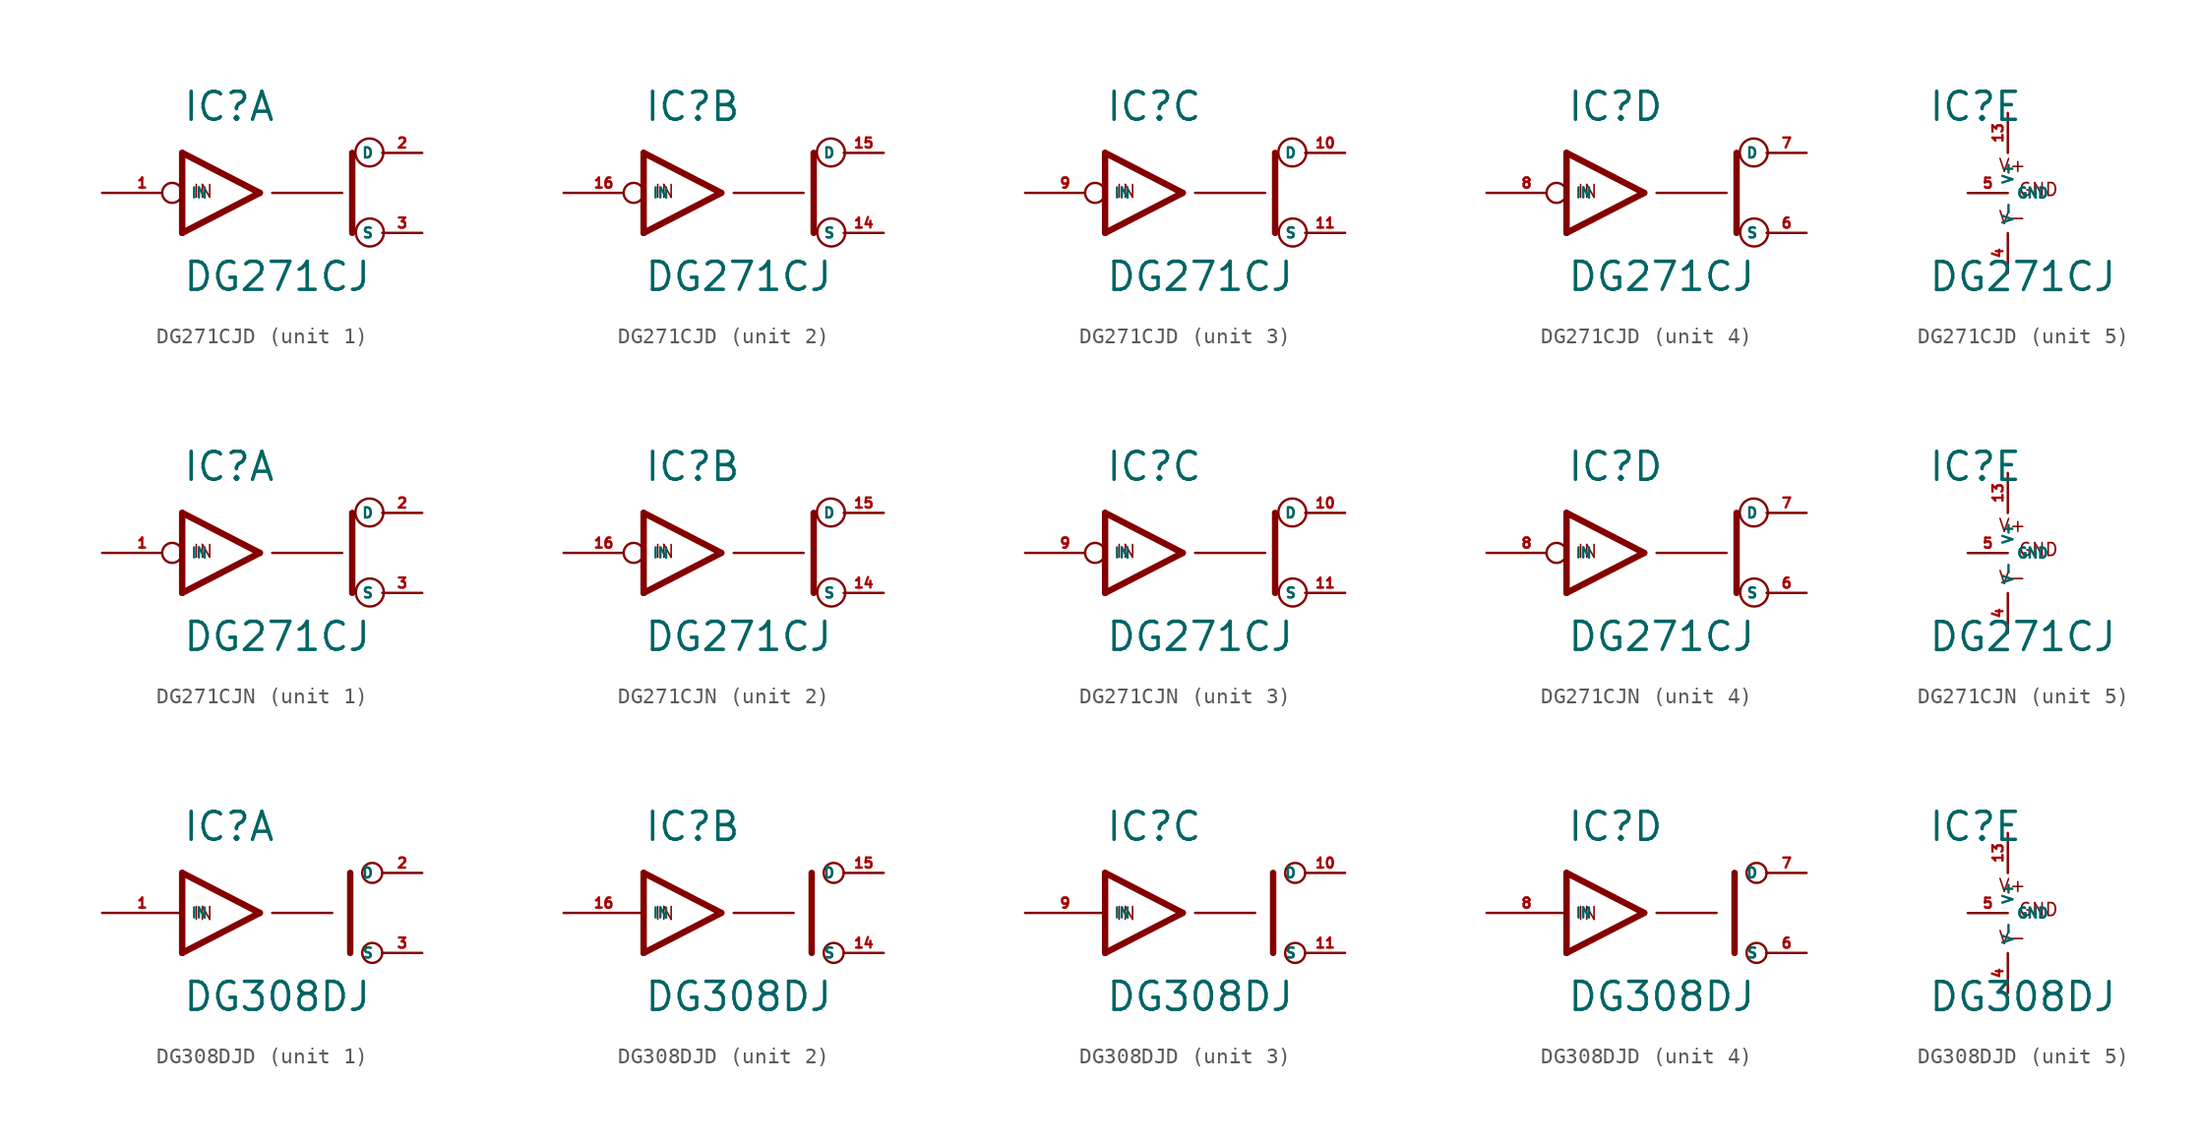
<source format=kicad_sym>
(kicad_symbol_lib
  (version 20220914)
  (generator Eagle2Kicad)
  (symbol "DG271CJD"
    (property "Reference" "IC"
      (at -5.08 4.445 0)
      (effects (font (size 1.778 1.778) (thickness 0.22)) (justify left bottom)))
    (property "Value" "DG271CJ"
      (at -5.08 -6.35 0)
      (effects (font (size 1.778 1.778) (thickness 0.22)) (justify left bottom)))
    (symbol "DG271CJD_1_0"
      (polyline (pts (xy -0.152 0) (xy -5.08 2.54)) (stroke (width 0.406) (type default)) (fill (type none)))
      (polyline (pts (xy -5.08 -2.54) (xy -0.152 0)) (stroke (width 0.406) (type default)) (fill (type none)))
      (polyline (pts (xy -5.08 2.54) (xy -5.08 -2.54)) (stroke (width 0.406) (type default)) (fill (type none)))
      (polyline (pts (xy 5.715 -2.54) (xy 5.715 2.54)) (stroke (width 0.406) (type default)) (fill (type none)))
      (polyline (pts (xy 0.635 0) (xy 5.08 0)) (stroke (width 0.152) (type default)) (fill (type none)))
      (text "IN" (at -4.445 -0.381 0) (effects (font (size 0.813 0.813) (thickness 0.10)) (justify left bottom)))
      (circle (center 6.833 -2.515) (radius 0.889) (stroke (width 0.152) (type default)) (fill (type none)))
      (circle (center 6.807 2.565) (radius 0.889) (stroke (width 0.152) (type default)) (fill (type none)))
      (pin bidirectional line (at 10.16 2.54 180) (length 2.54) (name "D" (effects (font (size 0.635 0.635) (thickness 0.08)) (justify left bottom))) (number "2" (effects (font (size 0.635 0.635) (thickness 0.08)) (justify left bottom))))
      (pin input inverted (at -10.16 0 0) (length 5.08) (name "IN" (effects (font (size 0.635 0.635) (thickness 0.08)) (justify left bottom))) (number "1" (effects (font (size 0.635 0.635) (thickness 0.08)) (justify left bottom))))
      (pin bidirectional line (at 10.16 -2.54 180) (length 2.54) (name "S" (effects (font (size 0.635 0.635) (thickness 0.08)) (justify left bottom))) (number "3" (effects (font (size 0.635 0.635) (thickness 0.08)) (justify left bottom)))))
    (symbol "DG271CJD_2_0"
      (polyline (pts (xy -0.152 0) (xy -5.08 2.54)) (stroke (width 0.406) (type default)) (fill (type none)))
      (polyline (pts (xy -5.08 -2.54) (xy -0.152 0)) (stroke (width 0.406) (type default)) (fill (type none)))
      (polyline (pts (xy -5.08 2.54) (xy -5.08 -2.54)) (stroke (width 0.406) (type default)) (fill (type none)))
      (polyline (pts (xy 5.715 -2.54) (xy 5.715 2.54)) (stroke (width 0.406) (type default)) (fill (type none)))
      (polyline (pts (xy 0.635 0) (xy 5.08 0)) (stroke (width 0.152) (type default)) (fill (type none)))
      (text "IN" (at -4.445 -0.381 0) (effects (font (size 0.813 0.813) (thickness 0.10)) (justify left bottom)))
      (circle (center 6.833 -2.515) (radius 0.889) (stroke (width 0.152) (type default)) (fill (type none)))
      (circle (center 6.807 2.565) (radius 0.889) (stroke (width 0.152) (type default)) (fill (type none)))
      (pin bidirectional line (at 10.16 2.54 180) (length 2.54) (name "D" (effects (font (size 0.635 0.635) (thickness 0.08)) (justify left bottom))) (number "15" (effects (font (size 0.635 0.635) (thickness 0.08)) (justify left bottom))))
      (pin input inverted (at -10.16 0 0) (length 5.08) (name "IN" (effects (font (size 0.635 0.635) (thickness 0.08)) (justify left bottom))) (number "16" (effects (font (size 0.635 0.635) (thickness 0.08)) (justify left bottom))))
      (pin bidirectional line (at 10.16 -2.54 180) (length 2.54) (name "S" (effects (font (size 0.635 0.635) (thickness 0.08)) (justify left bottom))) (number "14" (effects (font (size 0.635 0.635) (thickness 0.08)) (justify left bottom)))))
    (symbol "DG271CJD_3_0"
      (polyline (pts (xy -0.152 0) (xy -5.08 2.54)) (stroke (width 0.406) (type default)) (fill (type none)))
      (polyline (pts (xy -5.08 -2.54) (xy -0.152 0)) (stroke (width 0.406) (type default)) (fill (type none)))
      (polyline (pts (xy -5.08 2.54) (xy -5.08 -2.54)) (stroke (width 0.406) (type default)) (fill (type none)))
      (polyline (pts (xy 5.715 -2.54) (xy 5.715 2.54)) (stroke (width 0.406) (type default)) (fill (type none)))
      (polyline (pts (xy 0.635 0) (xy 5.08 0)) (stroke (width 0.152) (type default)) (fill (type none)))
      (text "IN" (at -4.445 -0.381 0) (effects (font (size 0.813 0.813) (thickness 0.10)) (justify left bottom)))
      (circle (center 6.833 -2.515) (radius 0.889) (stroke (width 0.152) (type default)) (fill (type none)))
      (circle (center 6.807 2.565) (radius 0.889) (stroke (width 0.152) (type default)) (fill (type none)))
      (pin bidirectional line (at 10.16 2.54 180) (length 2.54) (name "D" (effects (font (size 0.635 0.635) (thickness 0.08)) (justify left bottom))) (number "10" (effects (font (size 0.635 0.635) (thickness 0.08)) (justify left bottom))))
      (pin input inverted (at -10.16 0 0) (length 5.08) (name "IN" (effects (font (size 0.635 0.635) (thickness 0.08)) (justify left bottom))) (number "9" (effects (font (size 0.635 0.635) (thickness 0.08)) (justify left bottom))))
      (pin bidirectional line (at 10.16 -2.54 180) (length 2.54) (name "S" (effects (font (size 0.635 0.635) (thickness 0.08)) (justify left bottom))) (number "11" (effects (font (size 0.635 0.635) (thickness 0.08)) (justify left bottom)))))
    (symbol "DG271CJD_4_0"
      (polyline (pts (xy -0.152 0) (xy -5.08 2.54)) (stroke (width 0.406) (type default)) (fill (type none)))
      (polyline (pts (xy -5.08 -2.54) (xy -0.152 0)) (stroke (width 0.406) (type default)) (fill (type none)))
      (polyline (pts (xy -5.08 2.54) (xy -5.08 -2.54)) (stroke (width 0.406) (type default)) (fill (type none)))
      (polyline (pts (xy 5.715 -2.54) (xy 5.715 2.54)) (stroke (width 0.406) (type default)) (fill (type none)))
      (polyline (pts (xy 0.635 0) (xy 5.08 0)) (stroke (width 0.152) (type default)) (fill (type none)))
      (text "IN" (at -4.445 -0.381 0) (effects (font (size 0.813 0.813) (thickness 0.10)) (justify left bottom)))
      (circle (center 6.833 -2.515) (radius 0.889) (stroke (width 0.152) (type default)) (fill (type none)))
      (circle (center 6.807 2.565) (radius 0.889) (stroke (width 0.152) (type default)) (fill (type none)))
      (pin bidirectional line (at 10.16 2.54 180) (length 2.54) (name "D" (effects (font (size 0.635 0.635) (thickness 0.08)) (justify left bottom))) (number "7" (effects (font (size 0.635 0.635) (thickness 0.08)) (justify left bottom))))
      (pin input inverted (at -10.16 0 0) (length 5.08) (name "IN" (effects (font (size 0.635 0.635) (thickness 0.08)) (justify left bottom))) (number "8" (effects (font (size 0.635 0.635) (thickness 0.08)) (justify left bottom))))
      (pin bidirectional line (at 10.16 -2.54 180) (length 2.54) (name "S" (effects (font (size 0.635 0.635) (thickness 0.08)) (justify left bottom))) (number "6" (effects (font (size 0.635 0.635) (thickness 0.08)) (justify left bottom)))))
    (symbol "DG271CJD_5_0"
      (text "V+" (at -0.635 1.27 0) (effects (font (size 0.813 0.813) (thickness 0.10)) (justify left bottom)))
      (text "V-" (at -0.635 -2.032 0) (effects (font (size 0.813 0.813) (thickness 0.10)) (justify left bottom)))
      (text "GND" (at 0.635 -0.254 0) (effects (font (size 0.813 0.813) (thickness 0.10)) (justify left bottom)))
      (pin unspecified line (at 0 5.08 270) (length 2.54) (name "V+" (effects (font (size 0.635 0.635) (thickness 0.08)) (justify left bottom))) (number "13" (effects (font (size 0.635 0.635) (thickness 0.08)) (justify left bottom))))
      (pin unspecified line (at 0 -5.08 90) (length 2.54) (name "V-" (effects (font (size 0.635 0.635) (thickness 0.08)) (justify left bottom))) (number "4" (effects (font (size 0.635 0.635) (thickness 0.08)) (justify left bottom))))
      (pin unspecified line (at -2.54 0 0) (length 2.54) (name "GND" (effects (font (size 0.635 0.635) (thickness 0.08)) (justify left bottom))) (number "5" (effects (font (size 0.635 0.635) (thickness 0.08)) (justify left bottom))))))
  (symbol "DG271CJN"
    (property "Reference" "IC"
      (at -5.08 4.445 0)
      (effects (font (size 1.778 1.778) (thickness 0.22)) (justify left bottom)))
    (property "Value" "DG271CJ"
      (at -5.08 -6.35 0)
      (effects (font (size 1.778 1.778) (thickness 0.22)) (justify left bottom)))
    (symbol "DG271CJN_1_0"
      (polyline (pts (xy -0.152 0) (xy -5.08 2.54)) (stroke (width 0.406) (type default)) (fill (type none)))
      (polyline (pts (xy -5.08 -2.54) (xy -0.152 0)) (stroke (width 0.406) (type default)) (fill (type none)))
      (polyline (pts (xy -5.08 2.54) (xy -5.08 -2.54)) (stroke (width 0.406) (type default)) (fill (type none)))
      (polyline (pts (xy 5.715 -2.54) (xy 5.715 2.54)) (stroke (width 0.406) (type default)) (fill (type none)))
      (polyline (pts (xy 0.635 0) (xy 5.08 0)) (stroke (width 0.152) (type default)) (fill (type none)))
      (text "IN" (at -4.445 -0.381 0) (effects (font (size 0.813 0.813) (thickness 0.10)) (justify left bottom)))
      (circle (center 6.833 -2.515) (radius 0.889) (stroke (width 0.152) (type default)) (fill (type none)))
      (circle (center 6.807 2.565) (radius 0.889) (stroke (width 0.152) (type default)) (fill (type none)))
      (pin bidirectional line (at 10.16 2.54 180) (length 2.54) (name "D" (effects (font (size 0.635 0.635) (thickness 0.08)) (justify left bottom))) (number "2" (effects (font (size 0.635 0.635) (thickness 0.08)) (justify left bottom))))
      (pin input inverted (at -10.16 0 0) (length 5.08) (name "IN" (effects (font (size 0.635 0.635) (thickness 0.08)) (justify left bottom))) (number "1" (effects (font (size 0.635 0.635) (thickness 0.08)) (justify left bottom))))
      (pin bidirectional line (at 10.16 -2.54 180) (length 2.54) (name "S" (effects (font (size 0.635 0.635) (thickness 0.08)) (justify left bottom))) (number "3" (effects (font (size 0.635 0.635) (thickness 0.08)) (justify left bottom)))))
    (symbol "DG271CJN_2_0"
      (polyline (pts (xy -0.152 0) (xy -5.08 2.54)) (stroke (width 0.406) (type default)) (fill (type none)))
      (polyline (pts (xy -5.08 -2.54) (xy -0.152 0)) (stroke (width 0.406) (type default)) (fill (type none)))
      (polyline (pts (xy -5.08 2.54) (xy -5.08 -2.54)) (stroke (width 0.406) (type default)) (fill (type none)))
      (polyline (pts (xy 5.715 -2.54) (xy 5.715 2.54)) (stroke (width 0.406) (type default)) (fill (type none)))
      (polyline (pts (xy 0.635 0) (xy 5.08 0)) (stroke (width 0.152) (type default)) (fill (type none)))
      (text "IN" (at -4.445 -0.381 0) (effects (font (size 0.813 0.813) (thickness 0.10)) (justify left bottom)))
      (circle (center 6.833 -2.515) (radius 0.889) (stroke (width 0.152) (type default)) (fill (type none)))
      (circle (center 6.807 2.565) (radius 0.889) (stroke (width 0.152) (type default)) (fill (type none)))
      (pin bidirectional line (at 10.16 2.54 180) (length 2.54) (name "D" (effects (font (size 0.635 0.635) (thickness 0.08)) (justify left bottom))) (number "15" (effects (font (size 0.635 0.635) (thickness 0.08)) (justify left bottom))))
      (pin input inverted (at -10.16 0 0) (length 5.08) (name "IN" (effects (font (size 0.635 0.635) (thickness 0.08)) (justify left bottom))) (number "16" (effects (font (size 0.635 0.635) (thickness 0.08)) (justify left bottom))))
      (pin bidirectional line (at 10.16 -2.54 180) (length 2.54) (name "S" (effects (font (size 0.635 0.635) (thickness 0.08)) (justify left bottom))) (number "14" (effects (font (size 0.635 0.635) (thickness 0.08)) (justify left bottom)))))
    (symbol "DG271CJN_3_0"
      (polyline (pts (xy -0.152 0) (xy -5.08 2.54)) (stroke (width 0.406) (type default)) (fill (type none)))
      (polyline (pts (xy -5.08 -2.54) (xy -0.152 0)) (stroke (width 0.406) (type default)) (fill (type none)))
      (polyline (pts (xy -5.08 2.54) (xy -5.08 -2.54)) (stroke (width 0.406) (type default)) (fill (type none)))
      (polyline (pts (xy 5.715 -2.54) (xy 5.715 2.54)) (stroke (width 0.406) (type default)) (fill (type none)))
      (polyline (pts (xy 0.635 0) (xy 5.08 0)) (stroke (width 0.152) (type default)) (fill (type none)))
      (text "IN" (at -4.445 -0.381 0) (effects (font (size 0.813 0.813) (thickness 0.10)) (justify left bottom)))
      (circle (center 6.833 -2.515) (radius 0.889) (stroke (width 0.152) (type default)) (fill (type none)))
      (circle (center 6.807 2.565) (radius 0.889) (stroke (width 0.152) (type default)) (fill (type none)))
      (pin bidirectional line (at 10.16 2.54 180) (length 2.54) (name "D" (effects (font (size 0.635 0.635) (thickness 0.08)) (justify left bottom))) (number "10" (effects (font (size 0.635 0.635) (thickness 0.08)) (justify left bottom))))
      (pin input inverted (at -10.16 0 0) (length 5.08) (name "IN" (effects (font (size 0.635 0.635) (thickness 0.08)) (justify left bottom))) (number "9" (effects (font (size 0.635 0.635) (thickness 0.08)) (justify left bottom))))
      (pin bidirectional line (at 10.16 -2.54 180) (length 2.54) (name "S" (effects (font (size 0.635 0.635) (thickness 0.08)) (justify left bottom))) (number "11" (effects (font (size 0.635 0.635) (thickness 0.08)) (justify left bottom)))))
    (symbol "DG271CJN_4_0"
      (polyline (pts (xy -0.152 0) (xy -5.08 2.54)) (stroke (width 0.406) (type default)) (fill (type none)))
      (polyline (pts (xy -5.08 -2.54) (xy -0.152 0)) (stroke (width 0.406) (type default)) (fill (type none)))
      (polyline (pts (xy -5.08 2.54) (xy -5.08 -2.54)) (stroke (width 0.406) (type default)) (fill (type none)))
      (polyline (pts (xy 5.715 -2.54) (xy 5.715 2.54)) (stroke (width 0.406) (type default)) (fill (type none)))
      (polyline (pts (xy 0.635 0) (xy 5.08 0)) (stroke (width 0.152) (type default)) (fill (type none)))
      (text "IN" (at -4.445 -0.381 0) (effects (font (size 0.813 0.813) (thickness 0.10)) (justify left bottom)))
      (circle (center 6.833 -2.515) (radius 0.889) (stroke (width 0.152) (type default)) (fill (type none)))
      (circle (center 6.807 2.565) (radius 0.889) (stroke (width 0.152) (type default)) (fill (type none)))
      (pin bidirectional line (at 10.16 2.54 180) (length 2.54) (name "D" (effects (font (size 0.635 0.635) (thickness 0.08)) (justify left bottom))) (number "7" (effects (font (size 0.635 0.635) (thickness 0.08)) (justify left bottom))))
      (pin input inverted (at -10.16 0 0) (length 5.08) (name "IN" (effects (font (size 0.635 0.635) (thickness 0.08)) (justify left bottom))) (number "8" (effects (font (size 0.635 0.635) (thickness 0.08)) (justify left bottom))))
      (pin bidirectional line (at 10.16 -2.54 180) (length 2.54) (name "S" (effects (font (size 0.635 0.635) (thickness 0.08)) (justify left bottom))) (number "6" (effects (font (size 0.635 0.635) (thickness 0.08)) (justify left bottom)))))
    (symbol "DG271CJN_5_0"
      (text "V+" (at -0.635 1.27 0) (effects (font (size 0.813 0.813) (thickness 0.10)) (justify left bottom)))
      (text "V-" (at -0.635 -2.032 0) (effects (font (size 0.813 0.813) (thickness 0.10)) (justify left bottom)))
      (text "GND" (at 0.635 -0.254 0) (effects (font (size 0.813 0.813) (thickness 0.10)) (justify left bottom)))
      (pin unspecified line (at 0 5.08 270) (length 2.54) (name "V+" (effects (font (size 0.635 0.635) (thickness 0.08)) (justify left bottom))) (number "13" (effects (font (size 0.635 0.635) (thickness 0.08)) (justify left bottom))))
      (pin unspecified line (at 0 -5.08 90) (length 2.54) (name "V-" (effects (font (size 0.635 0.635) (thickness 0.08)) (justify left bottom))) (number "4" (effects (font (size 0.635 0.635) (thickness 0.08)) (justify left bottom))))
      (pin unspecified line (at -2.54 0 0) (length 2.54) (name "GND" (effects (font (size 0.635 0.635) (thickness 0.08)) (justify left bottom))) (number "5" (effects (font (size 0.635 0.635) (thickness 0.08)) (justify left bottom))))))
  (symbol "DG308DJD"
    (property "Reference" "IC"
      (at -5.08 4.445 0)
      (effects (font (size 1.778 1.778) (thickness 0.22)) (justify left bottom)))
    (property "Value" "DG308DJ"
      (at -5.08 -6.35 0)
      (effects (font (size 1.778 1.778) (thickness 0.22)) (justify left bottom)))
    (symbol "DG308DJD_1_0"
      (polyline (pts (xy -0.152 0) (xy -5.08 2.54)) (stroke (width 0.406) (type default)) (fill (type none)))
      (polyline (pts (xy -5.08 -2.54) (xy -0.152 0)) (stroke (width 0.406) (type default)) (fill (type none)))
      (polyline (pts (xy -5.08 2.54) (xy -5.08 -2.54)) (stroke (width 0.406) (type default)) (fill (type none)))
      (polyline (pts (xy 5.588 -2.54) (xy 5.588 2.54)) (stroke (width 0.406) (type default)) (fill (type none)))
      (polyline (pts (xy 0.635 0) (xy 4.445 0)) (stroke (width 0.152) (type default)) (fill (type none)))
      (text "IN" (at -4.445 -0.508 0) (effects (font (size 0.813 0.813) (thickness 0.10)) (justify left bottom)))
      (circle (center 6.985 2.54) (radius 0.635) (stroke (width 0.152) (type default)) (fill (type none)))
      (circle (center 6.985 -2.54) (radius 0.635) (stroke (width 0.152) (type default)) (fill (type none)))
      (pin bidirectional line (at 10.16 2.54 180) (length 2.54) (name "D" (effects (font (size 0.635 0.635) (thickness 0.08)) (justify left bottom))) (number "2" (effects (font (size 0.635 0.635) (thickness 0.08)) (justify left bottom))))
      (pin input line (at -10.16 0 0) (length 5.08) (name "IN" (effects (font (size 0.635 0.635) (thickness 0.08)) (justify left bottom))) (number "1" (effects (font (size 0.635 0.635) (thickness 0.08)) (justify left bottom))))
      (pin bidirectional line (at 10.16 -2.54 180) (length 2.54) (name "S" (effects (font (size 0.635 0.635) (thickness 0.08)) (justify left bottom))) (number "3" (effects (font (size 0.635 0.635) (thickness 0.08)) (justify left bottom)))))
    (symbol "DG308DJD_2_0"
      (polyline (pts (xy -0.152 0) (xy -5.08 2.54)) (stroke (width 0.406) (type default)) (fill (type none)))
      (polyline (pts (xy -5.08 -2.54) (xy -0.152 0)) (stroke (width 0.406) (type default)) (fill (type none)))
      (polyline (pts (xy -5.08 2.54) (xy -5.08 -2.54)) (stroke (width 0.406) (type default)) (fill (type none)))
      (polyline (pts (xy 5.588 -2.54) (xy 5.588 2.54)) (stroke (width 0.406) (type default)) (fill (type none)))
      (polyline (pts (xy 0.635 0) (xy 4.445 0)) (stroke (width 0.152) (type default)) (fill (type none)))
      (text "IN" (at -4.445 -0.508 0) (effects (font (size 0.813 0.813) (thickness 0.10)) (justify left bottom)))
      (circle (center 6.985 2.54) (radius 0.635) (stroke (width 0.152) (type default)) (fill (type none)))
      (circle (center 6.985 -2.54) (radius 0.635) (stroke (width 0.152) (type default)) (fill (type none)))
      (pin bidirectional line (at 10.16 2.54 180) (length 2.54) (name "D" (effects (font (size 0.635 0.635) (thickness 0.08)) (justify left bottom))) (number "15" (effects (font (size 0.635 0.635) (thickness 0.08)) (justify left bottom))))
      (pin input line (at -10.16 0 0) (length 5.08) (name "IN" (effects (font (size 0.635 0.635) (thickness 0.08)) (justify left bottom))) (number "16" (effects (font (size 0.635 0.635) (thickness 0.08)) (justify left bottom))))
      (pin bidirectional line (at 10.16 -2.54 180) (length 2.54) (name "S" (effects (font (size 0.635 0.635) (thickness 0.08)) (justify left bottom))) (number "14" (effects (font (size 0.635 0.635) (thickness 0.08)) (justify left bottom)))))
    (symbol "DG308DJD_3_0"
      (polyline (pts (xy -0.152 0) (xy -5.08 2.54)) (stroke (width 0.406) (type default)) (fill (type none)))
      (polyline (pts (xy -5.08 -2.54) (xy -0.152 0)) (stroke (width 0.406) (type default)) (fill (type none)))
      (polyline (pts (xy -5.08 2.54) (xy -5.08 -2.54)) (stroke (width 0.406) (type default)) (fill (type none)))
      (polyline (pts (xy 5.588 -2.54) (xy 5.588 2.54)) (stroke (width 0.406) (type default)) (fill (type none)))
      (polyline (pts (xy 0.635 0) (xy 4.445 0)) (stroke (width 0.152) (type default)) (fill (type none)))
      (text "IN" (at -4.445 -0.508 0) (effects (font (size 0.813 0.813) (thickness 0.10)) (justify left bottom)))
      (circle (center 6.985 2.54) (radius 0.635) (stroke (width 0.152) (type default)) (fill (type none)))
      (circle (center 6.985 -2.54) (radius 0.635) (stroke (width 0.152) (type default)) (fill (type none)))
      (pin bidirectional line (at 10.16 2.54 180) (length 2.54) (name "D" (effects (font (size 0.635 0.635) (thickness 0.08)) (justify left bottom))) (number "10" (effects (font (size 0.635 0.635) (thickness 0.08)) (justify left bottom))))
      (pin input line (at -10.16 0 0) (length 5.08) (name "IN" (effects (font (size 0.635 0.635) (thickness 0.08)) (justify left bottom))) (number "9" (effects (font (size 0.635 0.635) (thickness 0.08)) (justify left bottom))))
      (pin bidirectional line (at 10.16 -2.54 180) (length 2.54) (name "S" (effects (font (size 0.635 0.635) (thickness 0.08)) (justify left bottom))) (number "11" (effects (font (size 0.635 0.635) (thickness 0.08)) (justify left bottom)))))
    (symbol "DG308DJD_4_0"
      (polyline (pts (xy -0.152 0) (xy -5.08 2.54)) (stroke (width 0.406) (type default)) (fill (type none)))
      (polyline (pts (xy -5.08 -2.54) (xy -0.152 0)) (stroke (width 0.406) (type default)) (fill (type none)))
      (polyline (pts (xy -5.08 2.54) (xy -5.08 -2.54)) (stroke (width 0.406) (type default)) (fill (type none)))
      (polyline (pts (xy 5.588 -2.54) (xy 5.588 2.54)) (stroke (width 0.406) (type default)) (fill (type none)))
      (polyline (pts (xy 0.635 0) (xy 4.445 0)) (stroke (width 0.152) (type default)) (fill (type none)))
      (text "IN" (at -4.445 -0.508 0) (effects (font (size 0.813 0.813) (thickness 0.10)) (justify left bottom)))
      (circle (center 6.985 2.54) (radius 0.635) (stroke (width 0.152) (type default)) (fill (type none)))
      (circle (center 6.985 -2.54) (radius 0.635) (stroke (width 0.152) (type default)) (fill (type none)))
      (pin bidirectional line (at 10.16 2.54 180) (length 2.54) (name "D" (effects (font (size 0.635 0.635) (thickness 0.08)) (justify left bottom))) (number "7" (effects (font (size 0.635 0.635) (thickness 0.08)) (justify left bottom))))
      (pin input line (at -10.16 0 0) (length 5.08) (name "IN" (effects (font (size 0.635 0.635) (thickness 0.08)) (justify left bottom))) (number "8" (effects (font (size 0.635 0.635) (thickness 0.08)) (justify left bottom))))
      (pin bidirectional line (at 10.16 -2.54 180) (length 2.54) (name "S" (effects (font (size 0.635 0.635) (thickness 0.08)) (justify left bottom))) (number "6" (effects (font (size 0.635 0.635) (thickness 0.08)) (justify left bottom)))))
    (symbol "DG308DJD_5_0"
      (text "V+" (at -0.635 1.27 0) (effects (font (size 0.813 0.813) (thickness 0.10)) (justify left bottom)))
      (text "V-" (at -0.635 -2.032 0) (effects (font (size 0.813 0.813) (thickness 0.10)) (justify left bottom)))
      (text "GND" (at 0.635 -0.254 0) (effects (font (size 0.813 0.813) (thickness 0.10)) (justify left bottom)))
      (pin unspecified line (at 0 5.08 270) (length 2.54) (name "V+" (effects (font (size 0.635 0.635) (thickness 0.08)) (justify left bottom))) (number "13" (effects (font (size 0.635 0.635) (thickness 0.08)) (justify left bottom))))
      (pin unspecified line (at 0 -5.08 90) (length 2.54) (name "V-" (effects (font (size 0.635 0.635) (thickness 0.08)) (justify left bottom))) (number "4" (effects (font (size 0.635 0.635) (thickness 0.08)) (justify left bottom))))
      (pin unspecified line (at -2.54 0 0) (length 2.54) (name "GND" (effects (font (size 0.635 0.635) (thickness 0.08)) (justify left bottom))) (number "5" (effects (font (size 0.635 0.635) (thickness 0.08)) (justify left bottom)))))))
</source>
